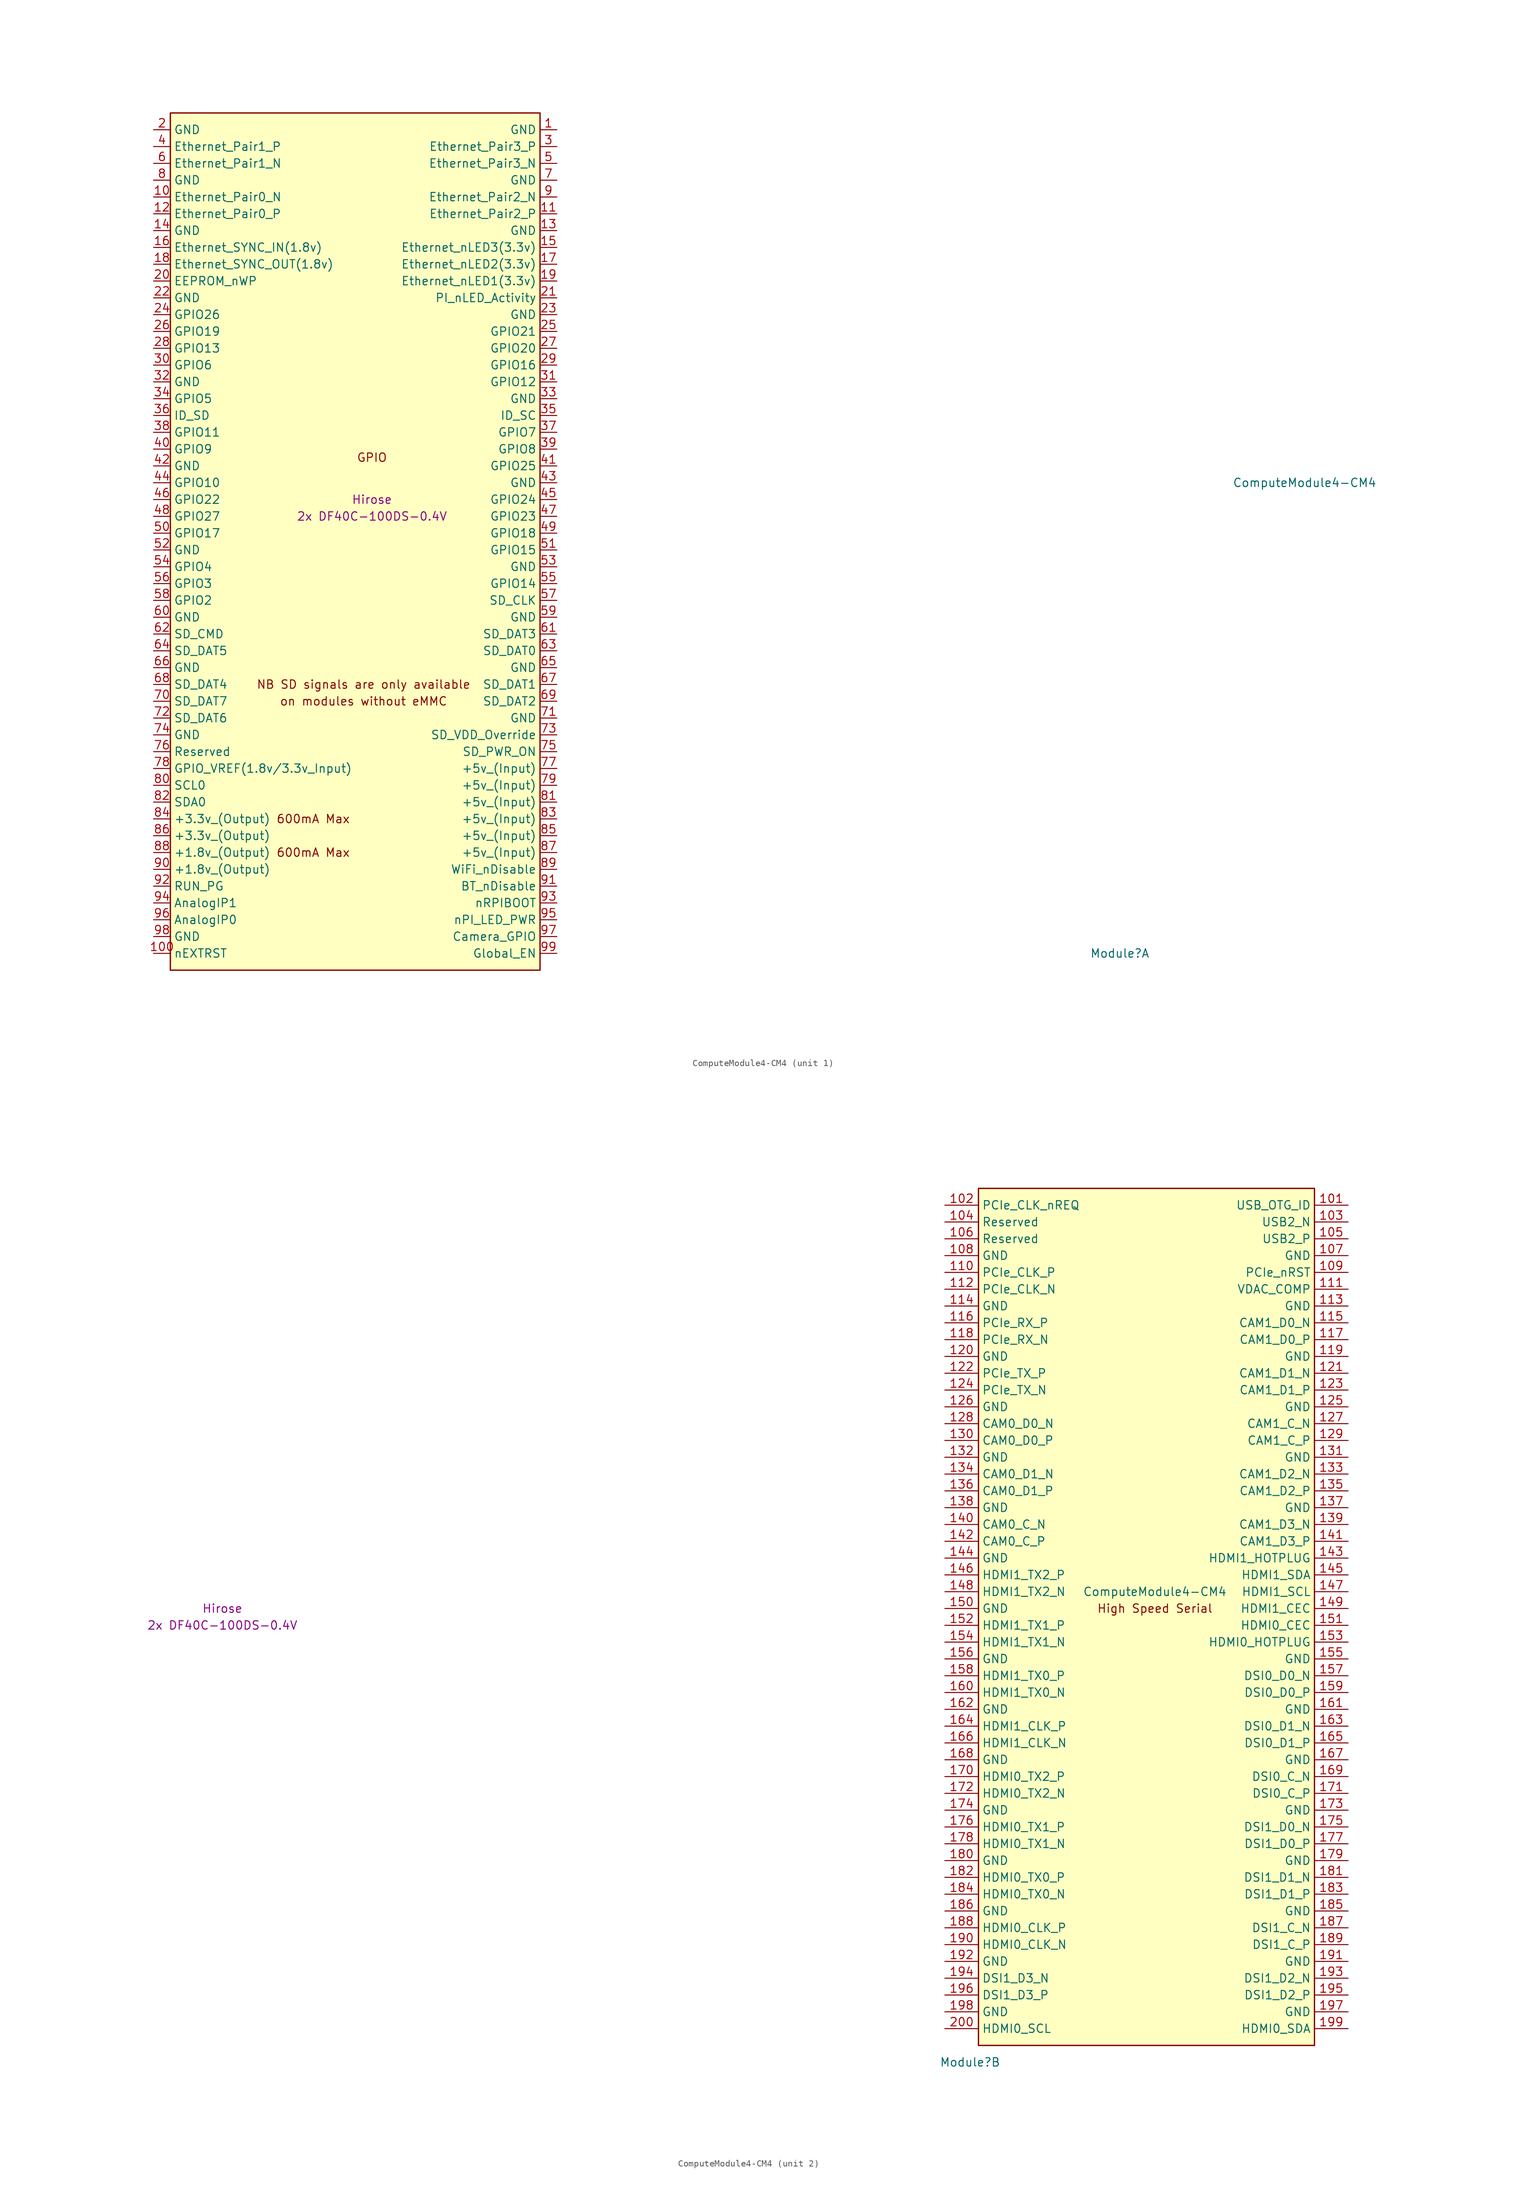
<source format=kicad_sym>
(kicad_symbol_lib
  (version 20210619)
  (generator kicad_symbol_editor)
  (symbol "CM4IO:ComputeModule4-CM4"
    (property "Reference" "Module"
      (at 113.03 -68.58 0)
      (effects (font (size 1.27 1.27))))
    (property "Value" "ComputeModule4-CM4"
      (at 140.97 2.54 0)
      (effects (font (size 1.27 1.27))))
    (property "Field4" "Hirose"
      (at 0 0 0)
      (effects (font (size 1.27 1.27))))
    (property "Field5" "2x DF40C-100DS-0.4V"
      (at 0 -2.54 0)
      (effects (font (size 1.27 1.27))))
    (symbol "ComputeModule4-CM4_1_0"
      (text "GPIO" (at 0 6.35 0) (effects (font (size 1.27 1.27)))))
    (symbol "ComputeModule4-CM4_1_1"
      (text "600mA Max" (at -8.89 -53.34 0) (effects (font (size 1.27 1.27))))
      (text "600mA Max" (at -8.89 -48.26 0) (effects (font (size 1.27 1.27))))
      (text "NB SD signals are only available" (at -1.27 -27.94 0) (effects (font (size 1.27 1.27))))
      (text "on modules without eMMC" (at -1.27 -30.48 0) (effects (font (size 1.27 1.27))))
      (rectangle (start -30.48 -71.12) (end 25.4 58.42) (stroke (width 0.2)) (fill (type background)))
      (pin power_in line (at 27.94 55.88 180) (length 2.54) (name "GND" (effects (font (size 1.27 1.27)))) (number "1" (effects (font (size 1.27 1.27)))))
      (pin passive line (at -33.02 45.72 0) (length 2.54) (name "Ethernet_Pair0_N" (effects (font (size 1.27 1.27)))) (number "10" (effects (font (size 1.27 1.27)))))
      (pin output line (at -33.02 -68.58 0) (length 2.54) (name "nEXTRST" (effects (font (size 1.27 1.27)))) (number "100" (effects (font (size 1.27 1.27)))))
      (pin passive line (at 27.94 43.18 180) (length 2.54) (name "Ethernet_Pair2_P" (effects (font (size 1.27 1.27)))) (number "11" (effects (font (size 1.27 1.27)))))
      (pin passive line (at -33.02 43.18 0) (length 2.54) (name "Ethernet_Pair0_P" (effects (font (size 1.27 1.27)))) (number "12" (effects (font (size 1.27 1.27)))))
      (pin power_in line (at 27.94 40.64 180) (length 2.54) (name "GND" (effects (font (size 1.27 1.27)))) (number "13" (effects (font (size 1.27 1.27)))))
      (pin power_in line (at -33.02 40.64 0) (length 2.54) (name "GND" (effects (font (size 1.27 1.27)))) (number "14" (effects (font (size 1.27 1.27)))))
      (pin output line (at 27.94 38.1 180) (length 2.54) (name "Ethernet_nLED3(3.3v)" (effects (font (size 1.27 1.27)))) (number "15" (effects (font (size 1.27 1.27)))))
      (pin input line (at -33.02 38.1 0) (length 2.54) (name "Ethernet_SYNC_IN(1.8v)" (effects (font (size 1.27 1.27)))) (number "16" (effects (font (size 1.27 1.27)))))
      (pin output line (at 27.94 35.56 180) (length 2.54) (name "Ethernet_nLED2(3.3v)" (effects (font (size 1.27 1.27)))) (number "17" (effects (font (size 1.27 1.27)))))
      (pin input line (at -33.02 35.56 0) (length 2.54) (name "Ethernet_SYNC_OUT(1.8v)" (effects (font (size 1.27 1.27)))) (number "18" (effects (font (size 1.27 1.27)))))
      (pin output line (at 27.94 33.02 180) (length 2.54) (name "Ethernet_nLED1(3.3v)" (effects (font (size 1.27 1.27)))) (number "19" (effects (font (size 1.27 1.27)))))
      (pin power_in line (at -33.02 55.88 0) (length 2.54) (name "GND" (effects (font (size 1.27 1.27)))) (number "2" (effects (font (size 1.27 1.27)))))
      (pin passive line (at -33.02 33.02 0) (length 2.54) (name "EEPROM_nWP" (effects (font (size 1.27 1.27)))) (number "20" (effects (font (size 1.27 1.27)))))
      (pin open_collector line (at 27.94 30.48 180) (length 2.54) (name "PI_nLED_Activity" (effects (font (size 1.27 1.27)))) (number "21" (effects (font (size 1.27 1.27)))))
      (pin power_in line (at -33.02 30.48 0) (length 2.54) (name "GND" (effects (font (size 1.27 1.27)))) (number "22" (effects (font (size 1.27 1.27)))))
      (pin power_in line (at 27.94 27.94 180) (length 2.54) (name "GND" (effects (font (size 1.27 1.27)))) (number "23" (effects (font (size 1.27 1.27)))))
      (pin passive line (at -33.02 27.94 0) (length 2.54) (name "GPIO26" (effects (font (size 1.27 1.27)))) (number "24" (effects (font (size 1.27 1.27)))))
      (pin passive line (at 27.94 25.4 180) (length 2.54) (name "GPIO21" (effects (font (size 1.27 1.27)))) (number "25" (effects (font (size 1.27 1.27)))))
      (pin passive line (at -33.02 25.4 0) (length 2.54) (name "GPIO19" (effects (font (size 1.27 1.27)))) (number "26" (effects (font (size 1.27 1.27)))))
      (pin passive line (at 27.94 22.86 180) (length 2.54) (name "GPIO20" (effects (font (size 1.27 1.27)))) (number "27" (effects (font (size 1.27 1.27)))))
      (pin passive line (at -33.02 22.86 0) (length 2.54) (name "GPIO13" (effects (font (size 1.27 1.27)))) (number "28" (effects (font (size 1.27 1.27)))))
      (pin passive line (at 27.94 20.32 180) (length 2.54) (name "GPIO16" (effects (font (size 1.27 1.27)))) (number "29" (effects (font (size 1.27 1.27)))))
      (pin passive line (at 27.94 53.34 180) (length 2.54) (name "Ethernet_Pair3_P" (effects (font (size 1.27 1.27)))) (number "3" (effects (font (size 1.27 1.27)))))
      (pin passive line (at -33.02 20.32 0) (length 2.54) (name "GPIO6" (effects (font (size 1.27 1.27)))) (number "30" (effects (font (size 1.27 1.27)))))
      (pin passive line (at 27.94 17.78 180) (length 2.54) (name "GPIO12" (effects (font (size 1.27 1.27)))) (number "31" (effects (font (size 1.27 1.27)))))
      (pin power_in line (at -33.02 17.78 0) (length 2.54) (name "GND" (effects (font (size 1.27 1.27)))) (number "32" (effects (font (size 1.27 1.27)))))
      (pin power_in line (at 27.94 15.24 180) (length 2.54) (name "GND" (effects (font (size 1.27 1.27)))) (number "33" (effects (font (size 1.27 1.27)))))
      (pin passive line (at -33.02 15.24 0) (length 2.54) (name "GPIO5" (effects (font (size 1.27 1.27)))) (number "34" (effects (font (size 1.27 1.27)))))
      (pin passive line (at 27.94 12.7 180) (length 2.54) (name "ID_SC" (effects (font (size 1.27 1.27)))) (number "35" (effects (font (size 1.27 1.27)))))
      (pin passive line (at -33.02 12.7 0) (length 2.54) (name "ID_SD" (effects (font (size 1.27 1.27)))) (number "36" (effects (font (size 1.27 1.27)))))
      (pin passive line (at 27.94 10.16 180) (length 2.54) (name "GPIO7" (effects (font (size 1.27 1.27)))) (number "37" (effects (font (size 1.27 1.27)))))
      (pin passive line (at -33.02 10.16 0) (length 2.54) (name "GPIO11" (effects (font (size 1.27 1.27)))) (number "38" (effects (font (size 1.27 1.27)))))
      (pin passive line (at 27.94 7.62 180) (length 2.54) (name "GPIO8" (effects (font (size 1.27 1.27)))) (number "39" (effects (font (size 1.27 1.27)))))
      (pin passive line (at -33.02 53.34 0) (length 2.54) (name "Ethernet_Pair1_P" (effects (font (size 1.27 1.27)))) (number "4" (effects (font (size 1.27 1.27)))))
      (pin passive line (at -33.02 7.62 0) (length 2.54) (name "GPIO9" (effects (font (size 1.27 1.27)))) (number "40" (effects (font (size 1.27 1.27)))))
      (pin passive line (at 27.94 5.08 180) (length 2.54) (name "GPIO25" (effects (font (size 1.27 1.27)))) (number "41" (effects (font (size 1.27 1.27)))))
      (pin power_in line (at -33.02 5.08 0) (length 2.54) (name "GND" (effects (font (size 1.27 1.27)))) (number "42" (effects (font (size 1.27 1.27)))))
      (pin power_in line (at 27.94 2.54 180) (length 2.54) (name "GND" (effects (font (size 1.27 1.27)))) (number "43" (effects (font (size 1.27 1.27)))))
      (pin passive line (at -33.02 2.54 0) (length 2.54) (name "GPIO10" (effects (font (size 1.27 1.27)))) (number "44" (effects (font (size 1.27 1.27)))))
      (pin passive line (at 27.94 0 180) (length 2.54) (name "GPIO24" (effects (font (size 1.27 1.27)))) (number "45" (effects (font (size 1.27 1.27)))))
      (pin passive line (at -33.02 0 0) (length 2.54) (name "GPIO22" (effects (font (size 1.27 1.27)))) (number "46" (effects (font (size 1.27 1.27)))))
      (pin passive line (at 27.94 -2.54 180) (length 2.54) (name "GPIO23" (effects (font (size 1.27 1.27)))) (number "47" (effects (font (size 1.27 1.27)))))
      (pin passive line (at -33.02 -2.54 0) (length 2.54) (name "GPIO27" (effects (font (size 1.27 1.27)))) (number "48" (effects (font (size 1.27 1.27)))))
      (pin passive line (at 27.94 -5.08 180) (length 2.54) (name "GPIO18" (effects (font (size 1.27 1.27)))) (number "49" (effects (font (size 1.27 1.27)))))
      (pin passive line (at 27.94 50.8 180) (length 2.54) (name "Ethernet_Pair3_N" (effects (font (size 1.27 1.27)))) (number "5" (effects (font (size 1.27 1.27)))))
      (pin passive line (at -33.02 -5.08 0) (length 2.54) (name "GPIO17" (effects (font (size 1.27 1.27)))) (number "50" (effects (font (size 1.27 1.27)))))
      (pin passive line (at 27.94 -7.62 180) (length 2.54) (name "GPIO15" (effects (font (size 1.27 1.27)))) (number "51" (effects (font (size 1.27 1.27)))))
      (pin power_in line (at -33.02 -7.62 0) (length 2.54) (name "GND" (effects (font (size 1.27 1.27)))) (number "52" (effects (font (size 1.27 1.27)))))
      (pin power_in line (at 27.94 -10.16 180) (length 2.54) (name "GND" (effects (font (size 1.27 1.27)))) (number "53" (effects (font (size 1.27 1.27)))))
      (pin passive line (at -33.02 -10.16 0) (length 2.54) (name "GPIO4" (effects (font (size 1.27 1.27)))) (number "54" (effects (font (size 1.27 1.27)))))
      (pin passive line (at 27.94 -12.7 180) (length 2.54) (name "GPIO14" (effects (font (size 1.27 1.27)))) (number "55" (effects (font (size 1.27 1.27)))))
      (pin passive line (at -33.02 -12.7 0) (length 2.54) (name "GPIO3" (effects (font (size 1.27 1.27)))) (number "56" (effects (font (size 1.27 1.27)))))
      (pin passive line (at 27.94 -15.24 180) (length 2.54) (name "SD_CLK" (effects (font (size 1.27 1.27)))) (number "57" (effects (font (size 1.27 1.27)))))
      (pin passive line (at -33.02 -15.24 0) (length 2.54) (name "GPIO2" (effects (font (size 1.27 1.27)))) (number "58" (effects (font (size 1.27 1.27)))))
      (pin power_in line (at 27.94 -17.78 180) (length 2.54) (name "GND" (effects (font (size 1.27 1.27)))) (number "59" (effects (font (size 1.27 1.27)))))
      (pin passive line (at -33.02 50.8 0) (length 2.54) (name "Ethernet_Pair1_N" (effects (font (size 1.27 1.27)))) (number "6" (effects (font (size 1.27 1.27)))))
      (pin power_in line (at -33.02 -17.78 0) (length 2.54) (name "GND" (effects (font (size 1.27 1.27)))) (number "60" (effects (font (size 1.27 1.27)))))
      (pin passive line (at 27.94 -20.32 180) (length 2.54) (name "SD_DAT3" (effects (font (size 1.27 1.27)))) (number "61" (effects (font (size 1.27 1.27)))))
      (pin passive line (at -33.02 -20.32 0) (length 2.54) (name "SD_CMD" (effects (font (size 1.27 1.27)))) (number "62" (effects (font (size 1.27 1.27)))))
      (pin passive line (at 27.94 -22.86 180) (length 2.54) (name "SD_DAT0" (effects (font (size 1.27 1.27)))) (number "63" (effects (font (size 1.27 1.27)))))
      (pin passive line (at -33.02 -22.86 0) (length 2.54) (name "SD_DAT5" (effects (font (size 1.27 1.27)))) (number "64" (effects (font (size 1.27 1.27)))))
      (pin power_in line (at 27.94 -25.4 180) (length 2.54) (name "GND" (effects (font (size 1.27 1.27)))) (number "65" (effects (font (size 1.27 1.27)))))
      (pin power_in line (at -33.02 -25.4 0) (length 2.54) (name "GND" (effects (font (size 1.27 1.27)))) (number "66" (effects (font (size 1.27 1.27)))))
      (pin passive line (at 27.94 -27.94 180) (length 2.54) (name "SD_DAT1" (effects (font (size 1.27 1.27)))) (number "67" (effects (font (size 1.27 1.27)))))
      (pin passive line (at -33.02 -27.94 0) (length 2.54) (name "SD_DAT4" (effects (font (size 1.27 1.27)))) (number "68" (effects (font (size 1.27 1.27)))))
      (pin passive line (at 27.94 -30.48 180) (length 2.54) (name "SD_DAT2" (effects (font (size 1.27 1.27)))) (number "69" (effects (font (size 1.27 1.27)))))
      (pin power_in line (at 27.94 48.26 180) (length 2.54) (name "GND" (effects (font (size 1.27 1.27)))) (number "7" (effects (font (size 1.27 1.27)))))
      (pin passive line (at -33.02 -30.48 0) (length 2.54) (name "SD_DAT7" (effects (font (size 1.27 1.27)))) (number "70" (effects (font (size 1.27 1.27)))))
      (pin power_in line (at 27.94 -33.02 180) (length 2.54) (name "GND" (effects (font (size 1.27 1.27)))) (number "71" (effects (font (size 1.27 1.27)))))
      (pin passive line (at -33.02 -33.02 0) (length 2.54) (name "SD_DAT6" (effects (font (size 1.27 1.27)))) (number "72" (effects (font (size 1.27 1.27)))))
      (pin input line (at 27.94 -35.56 180) (length 2.54) (name "SD_VDD_Override" (effects (font (size 1.27 1.27)))) (number "73" (effects (font (size 1.27 1.27)))))
      (pin power_in line (at -33.02 -35.56 0) (length 2.54) (name "GND" (effects (font (size 1.27 1.27)))) (number "74" (effects (font (size 1.27 1.27)))))
      (pin output line (at 27.94 -38.1 180) (length 2.54) (name "SD_PWR_ON" (effects (font (size 1.27 1.27)))) (number "75" (effects (font (size 1.27 1.27)))))
      (pin passive line (at -33.02 -38.1 0) (length 2.54) (name "Reserved" (effects (font (size 1.27 1.27)))) (number "76" (effects (font (size 1.27 1.27)))))
      (pin power_in line (at 27.94 -40.64 180) (length 2.54) (name "+5v_(Input)" (effects (font (size 1.27 1.27)))) (number "77" (effects (font (size 1.27 1.27)))))
      (pin power_in line (at -33.02 -40.64 0) (length 2.54) (name "GPIO_VREF(1.8v/3.3v_Input)" (effects (font (size 1.27 1.27)))) (number "78" (effects (font (size 1.27 1.27)))))
      (pin power_in line (at 27.94 -43.18 180) (length 2.54) (name "+5v_(Input)" (effects (font (size 1.27 1.27)))) (number "79" (effects (font (size 1.27 1.27)))))
      (pin power_in line (at -33.02 48.26 0) (length 2.54) (name "GND" (effects (font (size 1.27 1.27)))) (number "8" (effects (font (size 1.27 1.27)))))
      (pin passive line (at -33.02 -43.18 0) (length 2.54) (name "SCL0" (effects (font (size 1.27 1.27)))) (number "80" (effects (font (size 1.27 1.27)))))
      (pin power_in line (at 27.94 -45.72 180) (length 2.54) (name "+5v_(Input)" (effects (font (size 1.27 1.27)))) (number "81" (effects (font (size 1.27 1.27)))))
      (pin passive line (at -33.02 -45.72 0) (length 2.54) (name "SDA0" (effects (font (size 1.27 1.27)))) (number "82" (effects (font (size 1.27 1.27)))))
      (pin power_in line (at 27.94 -48.26 180) (length 2.54) (name "+5v_(Input)" (effects (font (size 1.27 1.27)))) (number "83" (effects (font (size 1.27 1.27)))))
      (pin power_out line (at -33.02 -48.26 0) (length 2.54) (name "+3.3v_(Output)" (effects (font (size 1.27 1.27)))) (number "84" (effects (font (size 1.27 1.27)))))
      (pin power_in line (at 27.94 -50.8 180) (length 2.54) (name "+5v_(Input)" (effects (font (size 1.27 1.27)))) (number "85" (effects (font (size 1.27 1.27)))))
      (pin power_out line (at -33.02 -50.8 0) (length 2.54) (name "+3.3v_(Output)" (effects (font (size 1.27 1.27)))) (number "86" (effects (font (size 1.27 1.27)))))
      (pin power_in line (at 27.94 -53.34 180) (length 2.54) (name "+5v_(Input)" (effects (font (size 1.27 1.27)))) (number "87" (effects (font (size 1.27 1.27)))))
      (pin power_out line (at -33.02 -53.34 0) (length 2.54) (name "+1.8v_(Output)" (effects (font (size 1.27 1.27)))) (number "88" (effects (font (size 1.27 1.27)))))
      (pin power_in line (at 27.94 -55.88 180) (length 2.54) (name "WiFi_nDisable" (effects (font (size 1.27 1.27)))) (number "89" (effects (font (size 1.27 1.27)))))
      (pin passive line (at 27.94 45.72 180) (length 2.54) (name "Ethernet_Pair2_N" (effects (font (size 1.27 1.27)))) (number "9" (effects (font (size 1.27 1.27)))))
      (pin power_out line (at -33.02 -55.88 0) (length 2.54) (name "+1.8v_(Output)" (effects (font (size 1.27 1.27)))) (number "90" (effects (font (size 1.27 1.27)))))
      (pin power_in line (at 27.94 -58.42 180) (length 2.54) (name "BT_nDisable" (effects (font (size 1.27 1.27)))) (number "91" (effects (font (size 1.27 1.27)))))
      (pin passive line (at -33.02 -58.42 0) (length 2.54) (name "RUN_PG" (effects (font (size 1.27 1.27)))) (number "92" (effects (font (size 1.27 1.27)))))
      (pin input line (at 27.94 -60.96 180) (length 2.54) (name "nRPIBOOT" (effects (font (size 1.27 1.27)))) (number "93" (effects (font (size 1.27 1.27)))))
      (pin passive line (at -33.02 -60.96 0) (length 2.54) (name "AnalogIP1" (effects (font (size 1.27 1.27)))) (number "94" (effects (font (size 1.27 1.27)))))
      (pin output line (at 27.94 -63.5 180) (length 2.54) (name "nPI_LED_PWR" (effects (font (size 1.27 1.27)))) (number "95" (effects (font (size 1.27 1.27)))))
      (pin passive line (at -33.02 -63.5 0) (length 2.54) (name "AnalogIP0" (effects (font (size 1.27 1.27)))) (number "96" (effects (font (size 1.27 1.27)))))
      (pin passive line (at 27.94 -66.04 180) (length 2.54) (name "Camera_GPIO" (effects (font (size 1.27 1.27)))) (number "97" (effects (font (size 1.27 1.27)))))
      (pin power_in line (at -33.02 -66.04 0) (length 2.54) (name "GND" (effects (font (size 1.27 1.27)))) (number "98" (effects (font (size 1.27 1.27)))))
      (pin input line (at 27.94 -68.58 180) (length 2.54) (name "Global_EN" (effects (font (size 1.27 1.27)))) (number "99" (effects (font (size 1.27 1.27))))))
    (symbol "ComputeModule4-CM4_2_1"
      (text "High Speed Serial" (at 140.97 0 0) (effects (font (size 1.27 1.27))))
      (rectangle (start 114.3 -66.04) (end 165.1 63.5) (stroke (width 0.2)) (fill (type background)))
      (pin input line (at 170.18 60.96 180) (length 5.08) (name "USB_OTG_ID" (effects (font (size 1.27 1.27)))) (number "101" (effects (font (size 1.27 1.27)))))
      (pin input line (at 109.22 60.96 0) (length 5.08) (name "PCIe_CLK_nREQ" (effects (font (size 1.27 1.27)))) (number "102" (effects (font (size 1.27 1.27)))))
      (pin passive line (at 170.18 58.42 180) (length 5.08) (name "USB2_N" (effects (font (size 1.27 1.27)))) (number "103" (effects (font (size 1.27 1.27)))))
      (pin passive line (at 109.22 58.42 0) (length 5.08) (name "Reserved" (effects (font (size 1.27 1.27)))) (number "104" (effects (font (size 1.27 1.27)))))
      (pin passive line (at 170.18 55.88 180) (length 5.08) (name "USB2_P" (effects (font (size 1.27 1.27)))) (number "105" (effects (font (size 1.27 1.27)))))
      (pin passive line (at 109.22 55.88 0) (length 5.08) (name "Reserved" (effects (font (size 1.27 1.27)))) (number "106" (effects (font (size 1.27 1.27)))))
      (pin power_in line (at 170.18 53.34 180) (length 5.08) (name "GND" (effects (font (size 1.27 1.27)))) (number "107" (effects (font (size 1.27 1.27)))))
      (pin power_in line (at 109.22 53.34 0) (length 5.08) (name "GND" (effects (font (size 1.27 1.27)))) (number "108" (effects (font (size 1.27 1.27)))))
      (pin bidirectional line (at 170.18 50.8 180) (length 5.08) (name "PCIe_nRST" (effects (font (size 1.27 1.27)))) (number "109" (effects (font (size 1.27 1.27)))))
      (pin output line (at 109.22 50.8 0) (length 5.08) (name "PCIe_CLK_P" (effects (font (size 1.27 1.27)))) (number "110" (effects (font (size 1.27 1.27)))))
      (pin passive line (at 170.18 48.26 180) (length 5.08) (name "VDAC_COMP" (effects (font (size 1.27 1.27)))) (number "111" (effects (font (size 1.27 1.27)))))
      (pin output line (at 109.22 48.26 0) (length 5.08) (name "PCIe_CLK_N" (effects (font (size 1.27 1.27)))) (number "112" (effects (font (size 1.27 1.27)))))
      (pin power_in line (at 170.18 45.72 180) (length 5.08) (name "GND" (effects (font (size 1.27 1.27)))) (number "113" (effects (font (size 1.27 1.27)))))
      (pin power_in line (at 109.22 45.72 0) (length 5.08) (name "GND" (effects (font (size 1.27 1.27)))) (number "114" (effects (font (size 1.27 1.27)))))
      (pin input line (at 170.18 43.18 180) (length 5.08) (name "CAM1_D0_N" (effects (font (size 1.27 1.27)))) (number "115" (effects (font (size 1.27 1.27)))))
      (pin input line (at 109.22 43.18 0) (length 5.08) (name "PCIe_RX_P" (effects (font (size 1.27 1.27)))) (number "116" (effects (font (size 1.27 1.27)))))
      (pin input line (at 170.18 40.64 180) (length 5.08) (name "CAM1_D0_P" (effects (font (size 1.27 1.27)))) (number "117" (effects (font (size 1.27 1.27)))))
      (pin input line (at 109.22 40.64 0) (length 5.08) (name "PCIe_RX_N" (effects (font (size 1.27 1.27)))) (number "118" (effects (font (size 1.27 1.27)))))
      (pin power_in line (at 170.18 38.1 180) (length 5.08) (name "GND" (effects (font (size 1.27 1.27)))) (number "119" (effects (font (size 1.27 1.27)))))
      (pin power_in line (at 109.22 38.1 0) (length 5.08) (name "GND" (effects (font (size 1.27 1.27)))) (number "120" (effects (font (size 1.27 1.27)))))
      (pin input line (at 170.18 35.56 180) (length 5.08) (name "CAM1_D1_N" (effects (font (size 1.27 1.27)))) (number "121" (effects (font (size 1.27 1.27)))))
      (pin output line (at 109.22 35.56 0) (length 5.08) (name "PCIe_TX_P" (effects (font (size 1.27 1.27)))) (number "122" (effects (font (size 1.27 1.27)))))
      (pin input line (at 170.18 33.02 180) (length 5.08) (name "CAM1_D1_P" (effects (font (size 1.27 1.27)))) (number "123" (effects (font (size 1.27 1.27)))))
      (pin output line (at 109.22 33.02 0) (length 5.08) (name "PCIe_TX_N" (effects (font (size 1.27 1.27)))) (number "124" (effects (font (size 1.27 1.27)))))
      (pin power_in line (at 170.18 30.48 180) (length 5.08) (name "GND" (effects (font (size 1.27 1.27)))) (number "125" (effects (font (size 1.27 1.27)))))
      (pin power_in line (at 109.22 30.48 0) (length 5.08) (name "GND" (effects (font (size 1.27 1.27)))) (number "126" (effects (font (size 1.27 1.27)))))
      (pin input line (at 170.18 27.94 180) (length 5.08) (name "CAM1_C_N" (effects (font (size 1.27 1.27)))) (number "127" (effects (font (size 1.27 1.27)))))
      (pin input line (at 109.22 27.94 0) (length 5.08) (name "CAM0_D0_N" (effects (font (size 1.27 1.27)))) (number "128" (effects (font (size 1.27 1.27)))))
      (pin input line (at 170.18 25.4 180) (length 5.08) (name "CAM1_C_P" (effects (font (size 1.27 1.27)))) (number "129" (effects (font (size 1.27 1.27)))))
      (pin input line (at 109.22 25.4 0) (length 5.08) (name "CAM0_D0_P" (effects (font (size 1.27 1.27)))) (number "130" (effects (font (size 1.27 1.27)))))
      (pin power_in line (at 170.18 22.86 180) (length 5.08) (name "GND" (effects (font (size 1.27 1.27)))) (number "131" (effects (font (size 1.27 1.27)))))
      (pin power_in line (at 109.22 22.86 0) (length 5.08) (name "GND" (effects (font (size 1.27 1.27)))) (number "132" (effects (font (size 1.27 1.27)))))
      (pin input line (at 170.18 20.32 180) (length 5.08) (name "CAM1_D2_N" (effects (font (size 1.27 1.27)))) (number "133" (effects (font (size 1.27 1.27)))))
      (pin input line (at 109.22 20.32 0) (length 5.08) (name "CAM0_D1_N" (effects (font (size 1.27 1.27)))) (number "134" (effects (font (size 1.27 1.27)))))
      (pin input line (at 170.18 17.78 180) (length 5.08) (name "CAM1_D2_P" (effects (font (size 1.27 1.27)))) (number "135" (effects (font (size 1.27 1.27)))))
      (pin input line (at 109.22 17.78 0) (length 5.08) (name "CAM0_D1_P" (effects (font (size 1.27 1.27)))) (number "136" (effects (font (size 1.27 1.27)))))
      (pin power_in line (at 170.18 15.24 180) (length 5.08) (name "GND" (effects (font (size 1.27 1.27)))) (number "137" (effects (font (size 1.27 1.27)))))
      (pin power_in line (at 109.22 15.24 0) (length 5.08) (name "GND" (effects (font (size 1.27 1.27)))) (number "138" (effects (font (size 1.27 1.27)))))
      (pin input line (at 170.18 12.7 180) (length 5.08) (name "CAM1_D3_N" (effects (font (size 1.27 1.27)))) (number "139" (effects (font (size 1.27 1.27)))))
      (pin input line (at 109.22 12.7 0) (length 5.08) (name "CAM0_C_N" (effects (font (size 1.27 1.27)))) (number "140" (effects (font (size 1.27 1.27)))))
      (pin input line (at 170.18 10.16 180) (length 5.08) (name "CAM1_D3_P" (effects (font (size 1.27 1.27)))) (number "141" (effects (font (size 1.27 1.27)))))
      (pin input line (at 109.22 10.16 0) (length 5.08) (name "CAM0_C_P" (effects (font (size 1.27 1.27)))) (number "142" (effects (font (size 1.27 1.27)))))
      (pin input line (at 170.18 7.62 180) (length 5.08) (name "HDMI1_HOTPLUG" (effects (font (size 1.27 1.27)))) (number "143" (effects (font (size 1.27 1.27)))))
      (pin power_in line (at 109.22 7.62 0) (length 5.08) (name "GND" (effects (font (size 1.27 1.27)))) (number "144" (effects (font (size 1.27 1.27)))))
      (pin bidirectional line (at 170.18 5.08 180) (length 5.08) (name "HDMI1_SDA" (effects (font (size 1.27 1.27)))) (number "145" (effects (font (size 1.27 1.27)))))
      (pin output line (at 109.22 5.08 0) (length 5.08) (name "HDMI1_TX2_P" (effects (font (size 1.27 1.27)))) (number "146" (effects (font (size 1.27 1.27)))))
      (pin open_collector line (at 170.18 2.54 180) (length 5.08) (name "HDMI1_SCL" (effects (font (size 1.27 1.27)))) (number "147" (effects (font (size 1.27 1.27)))))
      (pin output line (at 109.22 2.54 0) (length 5.08) (name "HDMI1_TX2_N" (effects (font (size 1.27 1.27)))) (number "148" (effects (font (size 1.27 1.27)))))
      (pin open_collector line (at 170.18 0 180) (length 5.08) (name "HDMI1_CEC" (effects (font (size 1.27 1.27)))) (number "149" (effects (font (size 1.27 1.27)))))
      (pin power_in line (at 109.22 0 0) (length 5.08) (name "GND" (effects (font (size 1.27 1.27)))) (number "150" (effects (font (size 1.27 1.27)))))
      (pin open_collector line (at 170.18 -2.54 180) (length 5.08) (name "HDMI0_CEC" (effects (font (size 1.27 1.27)))) (number "151" (effects (font (size 1.27 1.27)))))
      (pin output line (at 109.22 -2.54 0) (length 5.08) (name "HDMI1_TX1_P" (effects (font (size 1.27 1.27)))) (number "152" (effects (font (size 1.27 1.27)))))
      (pin input line (at 170.18 -5.08 180) (length 5.08) (name "HDMI0_HOTPLUG" (effects (font (size 1.27 1.27)))) (number "153" (effects (font (size 1.27 1.27)))))
      (pin output line (at 109.22 -5.08 0) (length 5.08) (name "HDMI1_TX1_N" (effects (font (size 1.27 1.27)))) (number "154" (effects (font (size 1.27 1.27)))))
      (pin power_in line (at 170.18 -7.62 180) (length 5.08) (name "GND" (effects (font (size 1.27 1.27)))) (number "155" (effects (font (size 1.27 1.27)))))
      (pin power_in line (at 109.22 -7.62 0) (length 5.08) (name "GND" (effects (font (size 1.27 1.27)))) (number "156" (effects (font (size 1.27 1.27)))))
      (pin output line (at 170.18 -10.16 180) (length 5.08) (name "DSI0_D0_N" (effects (font (size 1.27 1.27)))) (number "157" (effects (font (size 1.27 1.27)))))
      (pin output line (at 109.22 -10.16 0) (length 5.08) (name "HDMI1_TX0_P" (effects (font (size 1.27 1.27)))) (number "158" (effects (font (size 1.27 1.27)))))
      (pin output line (at 170.18 -12.7 180) (length 5.08) (name "DSI0_D0_P" (effects (font (size 1.27 1.27)))) (number "159" (effects (font (size 1.27 1.27)))))
      (pin output line (at 109.22 -12.7 0) (length 5.08) (name "HDMI1_TX0_N" (effects (font (size 1.27 1.27)))) (number "160" (effects (font (size 1.27 1.27)))))
      (pin power_in line (at 170.18 -15.24 180) (length 5.08) (name "GND" (effects (font (size 1.27 1.27)))) (number "161" (effects (font (size 1.27 1.27)))))
      (pin power_in line (at 109.22 -15.24 0) (length 5.08) (name "GND" (effects (font (size 1.27 1.27)))) (number "162" (effects (font (size 1.27 1.27)))))
      (pin output line (at 170.18 -17.78 180) (length 5.08) (name "DSI0_D1_N" (effects (font (size 1.27 1.27)))) (number "163" (effects (font (size 1.27 1.27)))))
      (pin output line (at 109.22 -17.78 0) (length 5.08) (name "HDMI1_CLK_P" (effects (font (size 1.27 1.27)))) (number "164" (effects (font (size 1.27 1.27)))))
      (pin output line (at 170.18 -20.32 180) (length 5.08) (name "DSI0_D1_P" (effects (font (size 1.27 1.27)))) (number "165" (effects (font (size 1.27 1.27)))))
      (pin output line (at 109.22 -20.32 0) (length 5.08) (name "HDMI1_CLK_N" (effects (font (size 1.27 1.27)))) (number "166" (effects (font (size 1.27 1.27)))))
      (pin power_in line (at 170.18 -22.86 180) (length 5.08) (name "GND" (effects (font (size 1.27 1.27)))) (number "167" (effects (font (size 1.27 1.27)))))
      (pin power_in line (at 109.22 -22.86 0) (length 5.08) (name "GND" (effects (font (size 1.27 1.27)))) (number "168" (effects (font (size 1.27 1.27)))))
      (pin output line (at 170.18 -25.4 180) (length 5.08) (name "DSI0_C_N" (effects (font (size 1.27 1.27)))) (number "169" (effects (font (size 1.27 1.27)))))
      (pin output line (at 109.22 -25.4 0) (length 5.08) (name "HDMI0_TX2_P" (effects (font (size 1.27 1.27)))) (number "170" (effects (font (size 1.27 1.27)))))
      (pin output line (at 170.18 -27.94 180) (length 5.08) (name "DSI0_C_P" (effects (font (size 1.27 1.27)))) (number "171" (effects (font (size 1.27 1.27)))))
      (pin output line (at 109.22 -27.94 0) (length 5.08) (name "HDMI0_TX2_N" (effects (font (size 1.27 1.27)))) (number "172" (effects (font (size 1.27 1.27)))))
      (pin power_in line (at 170.18 -30.48 180) (length 5.08) (name "GND" (effects (font (size 1.27 1.27)))) (number "173" (effects (font (size 1.27 1.27)))))
      (pin power_in line (at 109.22 -30.48 0) (length 5.08) (name "GND" (effects (font (size 1.27 1.27)))) (number "174" (effects (font (size 1.27 1.27)))))
      (pin output line (at 170.18 -33.02 180) (length 5.08) (name "DSI1_D0_N" (effects (font (size 1.27 1.27)))) (number "175" (effects (font (size 1.27 1.27)))))
      (pin output line (at 109.22 -33.02 0) (length 5.08) (name "HDMI0_TX1_P" (effects (font (size 1.27 1.27)))) (number "176" (effects (font (size 1.27 1.27)))))
      (pin output line (at 170.18 -35.56 180) (length 5.08) (name "DSI1_D0_P" (effects (font (size 1.27 1.27)))) (number "177" (effects (font (size 1.27 1.27)))))
      (pin output line (at 109.22 -35.56 0) (length 5.08) (name "HDMI0_TX1_N" (effects (font (size 1.27 1.27)))) (number "178" (effects (font (size 1.27 1.27)))))
      (pin power_in line (at 170.18 -38.1 180) (length 5.08) (name "GND" (effects (font (size 1.27 1.27)))) (number "179" (effects (font (size 1.27 1.27)))))
      (pin power_in line (at 109.22 -38.1 0) (length 5.08) (name "GND" (effects (font (size 1.27 1.27)))) (number "180" (effects (font (size 1.27 1.27)))))
      (pin output line (at 170.18 -40.64 180) (length 5.08) (name "DSI1_D1_N" (effects (font (size 1.27 1.27)))) (number "181" (effects (font (size 1.27 1.27)))))
      (pin output line (at 109.22 -40.64 0) (length 5.08) (name "HDMI0_TX0_P" (effects (font (size 1.27 1.27)))) (number "182" (effects (font (size 1.27 1.27)))))
      (pin output line (at 170.18 -43.18 180) (length 5.08) (name "DSI1_D1_P" (effects (font (size 1.27 1.27)))) (number "183" (effects (font (size 1.27 1.27)))))
      (pin output line (at 109.22 -43.18 0) (length 5.08) (name "HDMI0_TX0_N" (effects (font (size 1.27 1.27)))) (number "184" (effects (font (size 1.27 1.27)))))
      (pin power_in line (at 170.18 -45.72 180) (length 5.08) (name "GND" (effects (font (size 1.27 1.27)))) (number "185" (effects (font (size 1.27 1.27)))))
      (pin power_in line (at 109.22 -45.72 0) (length 5.08) (name "GND" (effects (font (size 1.27 1.27)))) (number "186" (effects (font (size 1.27 1.27)))))
      (pin output line (at 170.18 -48.26 180) (length 5.08) (name "DSI1_C_N" (effects (font (size 1.27 1.27)))) (number "187" (effects (font (size 1.27 1.27)))))
      (pin output line (at 109.22 -48.26 0) (length 5.08) (name "HDMI0_CLK_P" (effects (font (size 1.27 1.27)))) (number "188" (effects (font (size 1.27 1.27)))))
      (pin output line (at 170.18 -50.8 180) (length 5.08) (name "DSI1_C_P" (effects (font (size 1.27 1.27)))) (number "189" (effects (font (size 1.27 1.27)))))
      (pin output line (at 109.22 -50.8 0) (length 5.08) (name "HDMI0_CLK_N" (effects (font (size 1.27 1.27)))) (number "190" (effects (font (size 1.27 1.27)))))
      (pin power_in line (at 170.18 -53.34 180) (length 5.08) (name "GND" (effects (font (size 1.27 1.27)))) (number "191" (effects (font (size 1.27 1.27)))))
      (pin power_in line (at 109.22 -53.34 0) (length 5.08) (name "GND" (effects (font (size 1.27 1.27)))) (number "192" (effects (font (size 1.27 1.27)))))
      (pin output line (at 170.18 -55.88 180) (length 5.08) (name "DSI1_D2_N" (effects (font (size 1.27 1.27)))) (number "193" (effects (font (size 1.27 1.27)))))
      (pin output line (at 109.22 -55.88 0) (length 5.08) (name "DSI1_D3_N" (effects (font (size 1.27 1.27)))) (number "194" (effects (font (size 1.27 1.27)))))
      (pin output line (at 170.18 -58.42 180) (length 5.08) (name "DSI1_D2_P" (effects (font (size 1.27 1.27)))) (number "195" (effects (font (size 1.27 1.27)))))
      (pin output line (at 109.22 -58.42 0) (length 5.08) (name "DSI1_D3_P" (effects (font (size 1.27 1.27)))) (number "196" (effects (font (size 1.27 1.27)))))
      (pin power_in line (at 170.18 -60.96 180) (length 5.08) (name "GND" (effects (font (size 1.27 1.27)))) (number "197" (effects (font (size 1.27 1.27)))))
      (pin power_in line (at 109.22 -60.96 0) (length 5.08) (name "GND" (effects (font (size 1.27 1.27)))) (number "198" (effects (font (size 1.27 1.27)))))
      (pin bidirectional line (at 170.18 -63.5 180) (length 5.08) (name "HDMI0_SDA" (effects (font (size 1.27 1.27)))) (number "199" (effects (font (size 1.27 1.27)))))
      (pin open_collector line (at 109.22 -63.5 0) (length 5.08) (name "HDMI0_SCL" (effects (font (size 1.27 1.27)))) (number "200" (effects (font (size 1.27 1.27))))))))
</source>
